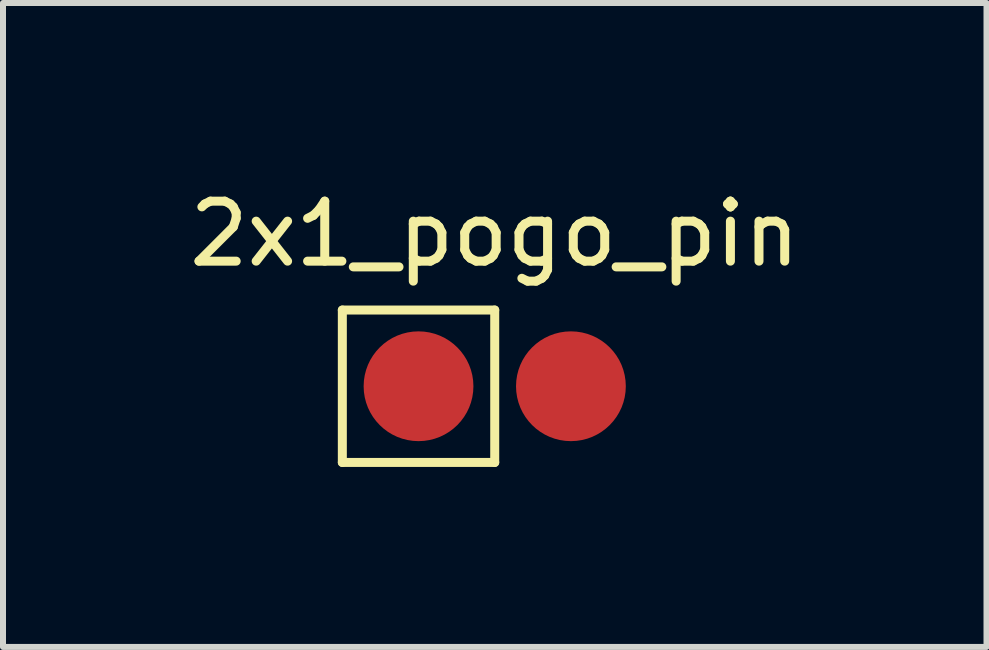
<source format=kicad_pcb>
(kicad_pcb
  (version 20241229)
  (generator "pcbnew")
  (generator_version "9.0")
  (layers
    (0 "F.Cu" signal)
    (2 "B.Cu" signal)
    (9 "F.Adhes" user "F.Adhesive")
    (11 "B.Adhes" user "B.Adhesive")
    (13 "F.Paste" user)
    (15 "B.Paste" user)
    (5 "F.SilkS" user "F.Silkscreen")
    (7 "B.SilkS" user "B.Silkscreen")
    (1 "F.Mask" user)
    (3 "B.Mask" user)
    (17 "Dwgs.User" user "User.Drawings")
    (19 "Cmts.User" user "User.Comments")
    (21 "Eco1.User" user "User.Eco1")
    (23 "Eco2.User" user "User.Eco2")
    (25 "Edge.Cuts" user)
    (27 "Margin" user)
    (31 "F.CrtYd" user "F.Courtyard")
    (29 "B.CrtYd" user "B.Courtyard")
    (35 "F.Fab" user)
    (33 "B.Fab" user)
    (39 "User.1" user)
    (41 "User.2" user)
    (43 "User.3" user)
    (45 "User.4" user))
  (footprint "2x1_pogo_pin"
    (layer "F.Cu")
    (at 5.196 3.388)
    (property "Reference" "2x1_pogo_pin" (at 0 -2.54 0) (layer "F.SilkS") (effects (font (size 1 1) (thickness 0.15))))
    (attr through_hole)
    (fp_line (start -2.54 -1.27) (end -2.54 1.27) (stroke (width 0.15) (type solid)) (layer "F.SilkS"))
    (fp_line (start -2.54 1.27) (end 0 1.27) (stroke (width 0.15) (type solid)) (layer "F.SilkS"))
    (fp_line (start 0 -1.27) (end -2.54 -1.27) (stroke (width 0.15) (type solid)) (layer "F.SilkS"))
    (fp_line (start 0 1.27) (end 0 -1.27) (stroke (width 0.15) (type solid)) (layer "F.SilkS"))
    (pad "1" smd circle (at -1.27 0) (size 1.83 1.83) (layers "F.Cu" "F.Mask" "F.Paste"))
    (pad "2" smd circle (at 1.27 0) (size 1.83 1.83) (layers "F.Cu" "F.Mask" "F.Paste")))
  (gr_rect
    (start -3 -3)
    (end 13.393 7.733)
    (stroke (width 0.1) (type default))
    (fill no)
    (layer "Edge.Cuts")))
</source>
